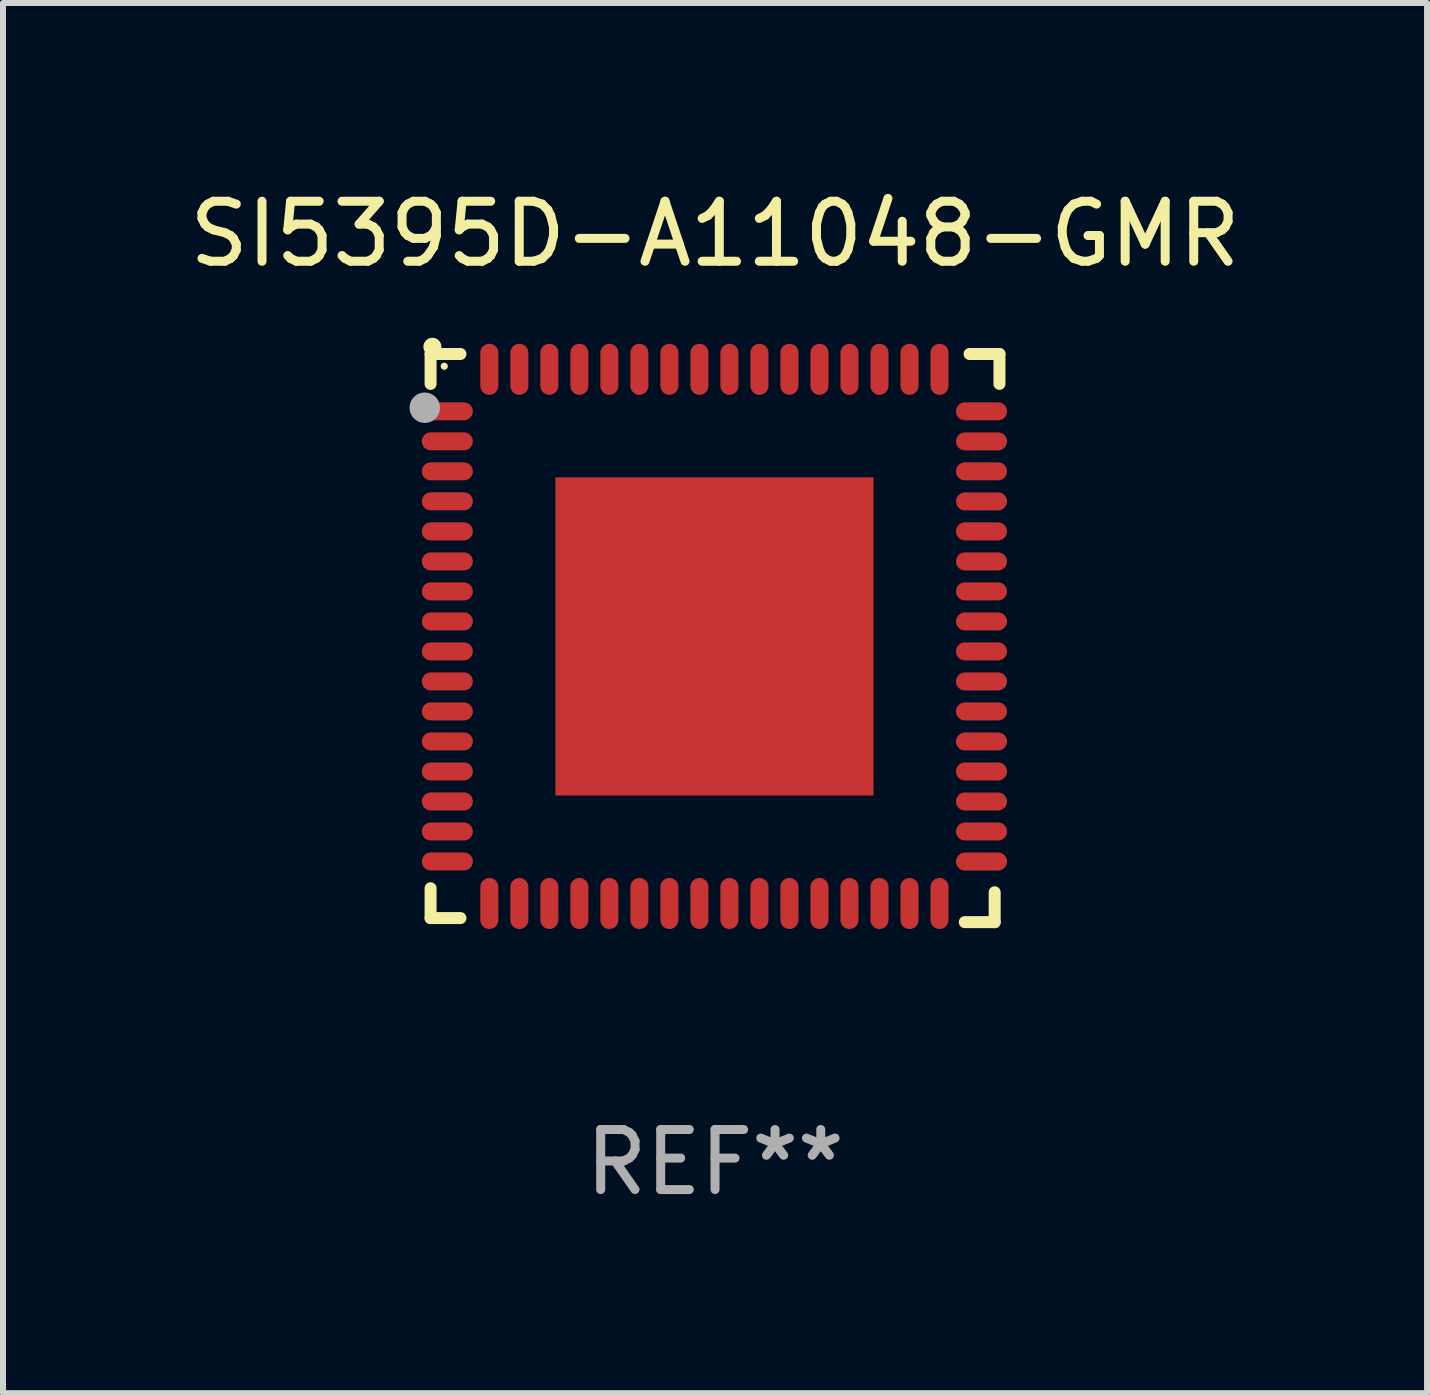
<source format=kicad_pcb>
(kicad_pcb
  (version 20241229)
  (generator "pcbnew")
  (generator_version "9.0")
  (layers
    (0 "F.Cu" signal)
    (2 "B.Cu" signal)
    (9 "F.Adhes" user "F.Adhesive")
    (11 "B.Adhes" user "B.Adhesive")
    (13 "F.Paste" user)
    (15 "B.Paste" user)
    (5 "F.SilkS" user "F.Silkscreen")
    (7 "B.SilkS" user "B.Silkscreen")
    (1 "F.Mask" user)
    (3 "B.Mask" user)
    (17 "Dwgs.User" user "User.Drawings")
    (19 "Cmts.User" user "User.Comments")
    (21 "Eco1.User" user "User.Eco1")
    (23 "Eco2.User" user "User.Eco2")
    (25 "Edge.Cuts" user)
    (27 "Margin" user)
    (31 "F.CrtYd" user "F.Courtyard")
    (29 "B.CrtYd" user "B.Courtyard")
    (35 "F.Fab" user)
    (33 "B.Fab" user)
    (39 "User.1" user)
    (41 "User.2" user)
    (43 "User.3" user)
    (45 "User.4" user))
  (footprint "SI5395D-A11048-GMR"
    (layer "F.Cu")
    (at 8.863 7.581)
    (property "Reference" "SI5395D-A11048-GMR" (at 0 -6.733 0) (layer "F.SilkS") (effects (font (size 1 1) (thickness 0.15))))
    (attr through_hole)
    (fp_line (start -4.739 -4.733) (end -4.241 -4.733) (stroke (width 0.2) (type solid)) (layer "F.SilkS"))
    (fp_line (start -4.739 -4.235) (end -4.739 -4.733) (stroke (width 0.2) (type solid)) (layer "F.SilkS"))
    (fp_line (start -4.739 4.168) (end -4.739 4.665) (stroke (width 0.2) (type solid)) (layer "F.SilkS"))
    (fp_line (start -4.739 4.665) (end -4.241 4.665) (stroke (width 0.2) (type solid)) (layer "F.SilkS"))
    (fp_line (start 4.161 4.733) (end 4.659 4.733) (stroke (width 0.2) (type solid)) (layer "F.SilkS"))
    (fp_line (start 4.241 -4.733) (end 4.739 -4.733) (stroke (width 0.2) (type solid)) (layer "F.SilkS"))
    (fp_line (start 4.659 4.733) (end 4.659 4.235) (stroke (width 0.2) (type solid)) (layer "F.SilkS"))
    (fp_line (start 4.739 -4.733) (end 4.739 -4.235) (stroke (width 0.2) (type solid)) (layer "F.SilkS"))
    (fp_arc (start -4.708623 -4.85108) (mid -4.708628 -4.85235) (end -4.708623 -4.85362) (stroke (width 0.3) (type solid)) (layer "F.SilkS"))
    (fp_circle (center -4.511 -4.529) (end -4.481 -4.529) (stroke (width 0.06) (type solid)) (fill no) (layer "F.SilkS"))
    (fp_circle (center -4.836 -3.838) (end -4.709 -3.838) (stroke (width 0.254) (type solid)) (fill no) (layer "F.Fab"))
    (fp_text user "REF**" (at 0 8.733 0) (layer "F.Fab") (effects (font (size 1 1) (thickness 0.15))))
    (pad "1" smd oval (at -4.46 -3.778) (size 0.85 0.3) (layers "F.Cu" "F.Mask" "F.Paste"))
    (pad "2" smd oval (at -4.46 -3.278) (size 0.85 0.3) (layers "F.Cu" "F.Mask" "F.Paste"))
    (pad "3" smd oval (at -4.46 -2.778) (size 0.85 0.3) (layers "F.Cu" "F.Mask" "F.Paste"))
    (pad "4" smd oval (at -4.46 -2.278) (size 0.85 0.3) (layers "F.Cu" "F.Mask" "F.Paste"))
    (pad "5" smd oval (at -4.46 -1.778) (size 0.85 0.3) (layers "F.Cu" "F.Mask" "F.Paste"))
    (pad "6" smd oval (at -4.46 -1.278) (size 0.85 0.3) (layers "F.Cu" "F.Mask" "F.Paste"))
    (pad "7" smd oval (at -4.46 -0.778) (size 0.85 0.3) (layers "F.Cu" "F.Mask" "F.Paste"))
    (pad "8" smd oval (at -4.46 -0.278) (size 0.85 0.3) (layers "F.Cu" "F.Mask" "F.Paste"))
    (pad "9" smd oval (at -4.46 0.222) (size 0.85 0.3) (layers "F.Cu" "F.Mask" "F.Paste"))
    (pad "10" smd oval (at -4.46 0.722) (size 0.85 0.3) (layers "F.Cu" "F.Mask" "F.Paste"))
    (pad "11" smd oval (at -4.46 1.222) (size 0.85 0.3) (layers "F.Cu" "F.Mask" "F.Paste"))
    (pad "12" smd oval (at -4.46 1.722) (size 0.85 0.3) (layers "F.Cu" "F.Mask" "F.Paste"))
    (pad "13" smd oval (at -4.46 2.222) (size 0.85 0.3) (layers "F.Cu" "F.Mask" "F.Paste"))
    (pad "14" smd oval (at -4.46 2.722) (size 0.85 0.3) (layers "F.Cu" "F.Mask" "F.Paste"))
    (pad "15" smd oval (at -4.46 3.222) (size 0.85 0.3) (layers "F.Cu" "F.Mask" "F.Paste"))
    (pad "16" smd oval (at -4.46 3.722) (size 0.85 0.3) (layers "F.Cu" "F.Mask" "F.Paste"))
    (pad "17" smd oval (at -3.76 4.422) (size 0.3 0.85) (layers "F.Cu" "F.Mask" "F.Paste"))
    (pad "18" smd oval (at -3.26 4.422) (size 0.3 0.85) (layers "F.Cu" "F.Mask" "F.Paste"))
    (pad "19" smd oval (at -2.76 4.422) (size 0.3 0.85) (layers "F.Cu" "F.Mask" "F.Paste"))
    (pad "20" smd oval (at -2.26 4.422) (size 0.3 0.85) (layers "F.Cu" "F.Mask" "F.Paste"))
    (pad "21" smd oval (at -1.76 4.422) (size 0.3 0.85) (layers "F.Cu" "F.Mask" "F.Paste"))
    (pad "22" smd oval (at -1.26 4.422) (size 0.3 0.85) (layers "F.Cu" "F.Mask" "F.Paste"))
    (pad "23" smd oval (at -0.76 4.422) (size 0.3 0.85) (layers "F.Cu" "F.Mask" "F.Paste"))
    (pad "24" smd oval (at -0.26 4.422) (size 0.3 0.85) (layers "F.Cu" "F.Mask" "F.Paste"))
    (pad "25" smd oval (at 0.24 4.422) (size 0.3 0.85) (layers "F.Cu" "F.Mask" "F.Paste"))
    (pad "26" smd oval (at 0.74 4.422) (size 0.3 0.85) (layers "F.Cu" "F.Mask" "F.Paste"))
    (pad "27" smd oval (at 1.24 4.422) (size 0.3 0.85) (layers "F.Cu" "F.Mask" "F.Paste"))
    (pad "28" smd oval (at 1.74 4.422) (size 0.3 0.85) (layers "F.Cu" "F.Mask" "F.Paste"))
    (pad "29" smd oval (at 2.24 4.422) (size 0.3 0.85) (layers "F.Cu" "F.Mask" "F.Paste"))
    (pad "30" smd oval (at 2.74 4.422) (size 0.3 0.85) (layers "F.Cu" "F.Mask" "F.Paste"))
    (pad "31" smd oval (at 3.24 4.422) (size 0.3 0.85) (layers "F.Cu" "F.Mask" "F.Paste"))
    (pad "32" smd oval (at 3.74 4.422) (size 0.3 0.85) (layers "F.Cu" "F.Mask" "F.Paste"))
    (pad "33" smd oval (at 4.44 3.723) (size 0.85 0.3) (layers "F.Cu" "F.Mask" "F.Paste"))
    (pad "34" smd oval (at 4.44 3.222) (size 0.85 0.3) (layers "F.Cu" "F.Mask" "F.Paste"))
    (pad "35" smd oval (at 4.44 2.723) (size 0.85 0.3) (layers "F.Cu" "F.Mask" "F.Paste"))
    (pad "36" smd oval (at 4.44 2.222) (size 0.85 0.3) (layers "F.Cu" "F.Mask" "F.Paste"))
    (pad "37" smd oval (at 4.44 1.723) (size 0.85 0.3) (layers "F.Cu" "F.Mask" "F.Paste"))
    (pad "38" smd oval (at 4.44 1.222) (size 0.85 0.3) (layers "F.Cu" "F.Mask" "F.Paste"))
    (pad "39" smd oval (at 4.44 0.723) (size 0.85 0.3) (layers "F.Cu" "F.Mask" "F.Paste"))
    (pad "40" smd oval (at 4.44 0.222) (size 0.85 0.3) (layers "F.Cu" "F.Mask" "F.Paste"))
    (pad "41" smd oval (at 4.44 -0.277) (size 0.85 0.3) (layers "F.Cu" "F.Mask" "F.Paste"))
    (pad "42" smd oval (at 4.44 -0.778) (size 0.85 0.3) (layers "F.Cu" "F.Mask" "F.Paste"))
    (pad "43" smd oval (at 4.44 -1.277) (size 0.85 0.3) (layers "F.Cu" "F.Mask" "F.Paste"))
    (pad "44" smd oval (at 4.44 -1.778) (size 0.85 0.3) (layers "F.Cu" "F.Mask" "F.Paste"))
    (pad "45" smd oval (at 4.44 -2.277) (size 0.85 0.3) (layers "F.Cu" "F.Mask" "F.Paste"))
    (pad "46" smd oval (at 4.44 -2.778) (size 0.85 0.3) (layers "F.Cu" "F.Mask" "F.Paste"))
    (pad "47" smd oval (at 4.44 -3.277) (size 0.85 0.3) (layers "F.Cu" "F.Mask" "F.Paste"))
    (pad "48" smd oval (at 4.44 -3.778) (size 0.85 0.3) (layers "F.Cu" "F.Mask" "F.Paste"))
    (pad "49" smd oval (at 3.74 -4.478) (size 0.3 0.85) (layers "F.Cu" "F.Mask" "F.Paste"))
    (pad "50" smd oval (at 3.24 -4.478) (size 0.3 0.85) (layers "F.Cu" "F.Mask" "F.Paste"))
    (pad "51" smd oval (at 2.74 -4.478) (size 0.3 0.85) (layers "F.Cu" "F.Mask" "F.Paste"))
    (pad "52" smd oval (at 2.24 -4.478) (size 0.3 0.85) (layers "F.Cu" "F.Mask" "F.Paste"))
    (pad "53" smd oval (at 1.74 -4.478) (size 0.3 0.85) (layers "F.Cu" "F.Mask" "F.Paste"))
    (pad "54" smd oval (at 1.24 -4.478) (size 0.3 0.85) (layers "F.Cu" "F.Mask" "F.Paste"))
    (pad "55" smd oval (at 0.74 -4.478) (size 0.3 0.85) (layers "F.Cu" "F.Mask" "F.Paste"))
    (pad "56" smd oval (at 0.24 -4.478) (size 0.3 0.85) (layers "F.Cu" "F.Mask" "F.Paste"))
    (pad "57" smd oval (at -0.26 -4.478) (size 0.3 0.85) (layers "F.Cu" "F.Mask" "F.Paste"))
    (pad "58" smd oval (at -0.76 -4.478) (size 0.3 0.85) (layers "F.Cu" "F.Mask" "F.Paste"))
    (pad "59" smd oval (at -1.26 -4.478) (size 0.3 0.85) (layers "F.Cu" "F.Mask" "F.Paste"))
    (pad "60" smd oval (at -1.76 -4.478) (size 0.3 0.85) (layers "F.Cu" "F.Mask" "F.Paste"))
    (pad "61" smd oval (at -2.26 -4.478) (size 0.3 0.85) (layers "F.Cu" "F.Mask" "F.Paste"))
    (pad "62" smd oval (at -2.76 -4.478) (size 0.3 0.85) (layers "F.Cu" "F.Mask" "F.Paste"))
    (pad "63" smd oval (at -3.26 -4.478) (size 0.3 0.85) (layers "F.Cu" "F.Mask" "F.Paste"))
    (pad "64" smd oval (at -3.76 -4.478) (size 0.3 0.85) (layers "F.Cu" "F.Mask" "F.Paste"))
    (pad "65" smd rect (at -0.009 -0.028 90) (size 5.3 5.3) (layers "F.Cu" "F.Mask" "F.Paste")))
  (gr_rect
    (start -3 -3)
    (end 20.726 20.162)
    (stroke (width 0.1) (type default))
    (fill no)
    (layer "Edge.Cuts")))
</source>
